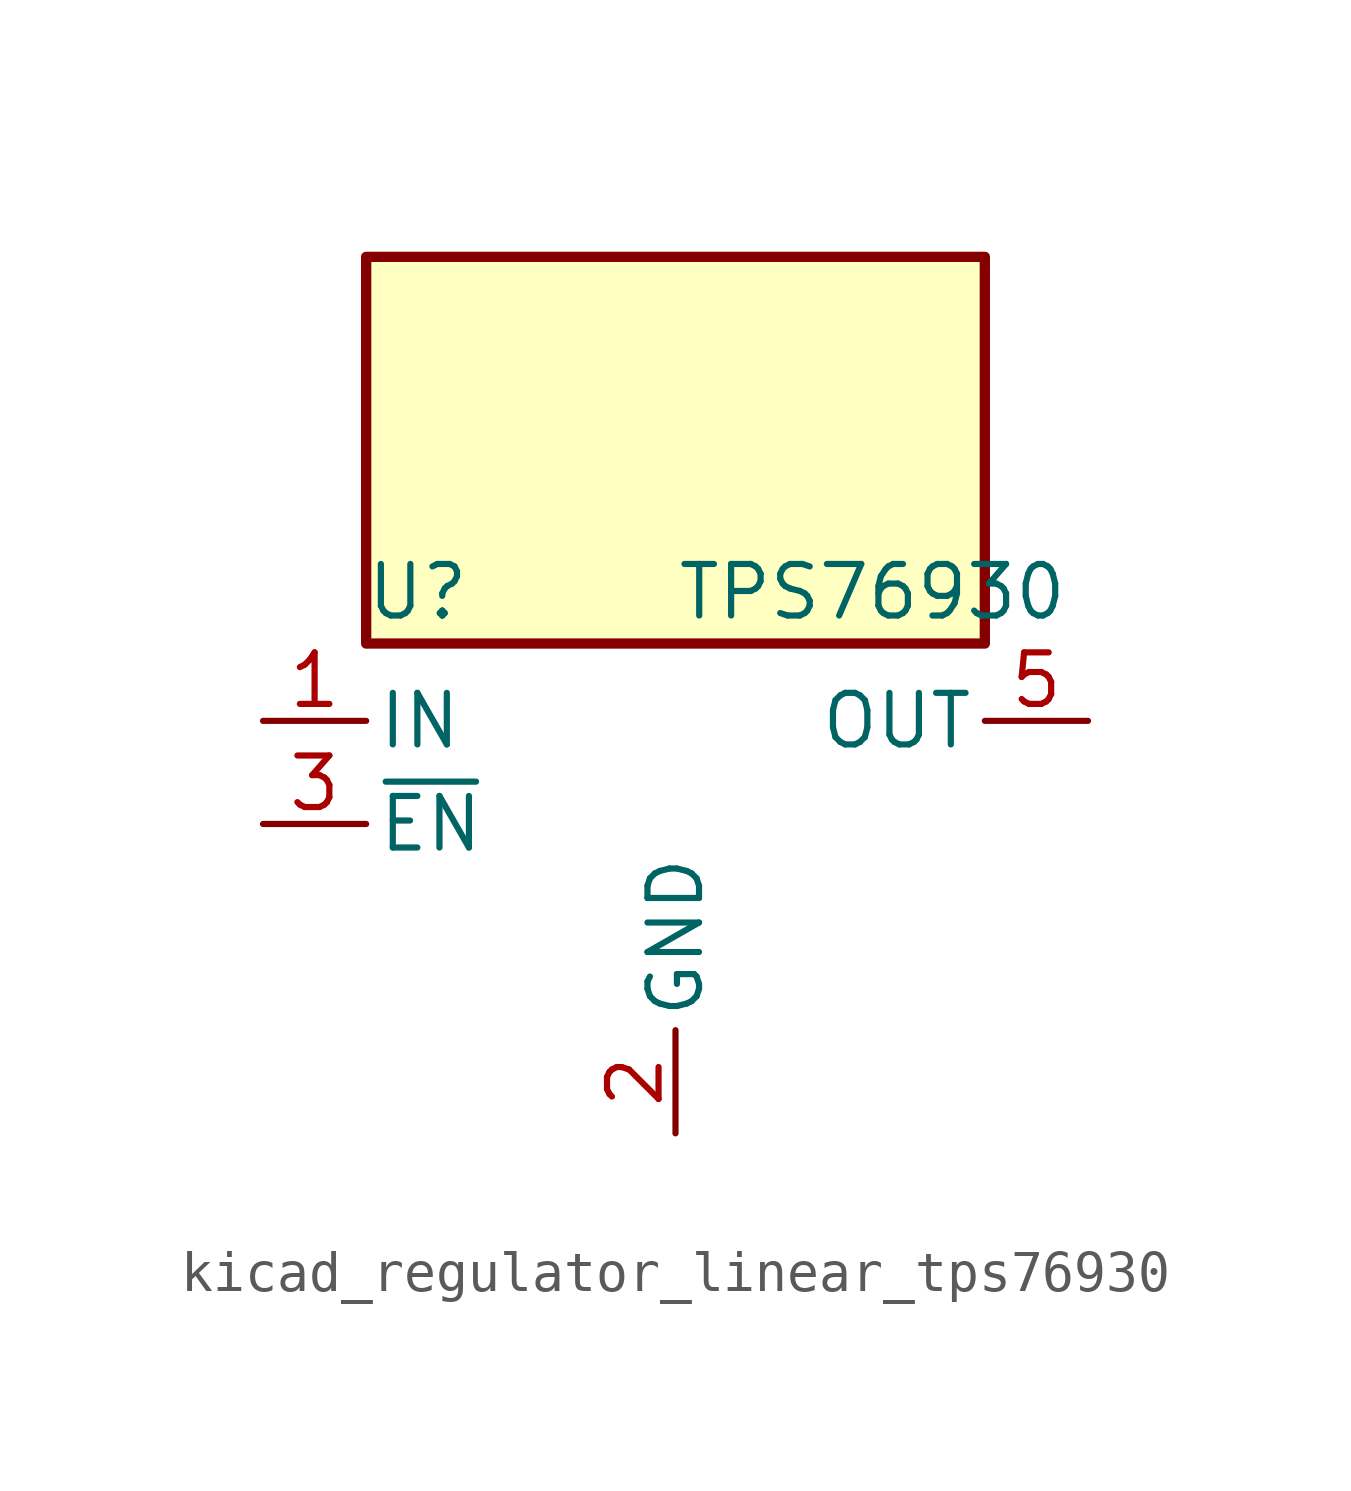
<source format=kicad_sym>
(kicad_symbol_lib
  (version 20220914)
  (generator kicad_symbol_editor)
  (symbol "kicad_regulator_linear_tps76930"
    (pin_names
      (offset 0.254))
    (property "Reference" "U"
      (at -6.35 5.715 0)
      (effects (font (size 1.27 1.27))))
    (property "Value" "TPS76930"
      (at 0 5.715 0)
      (effects (font (size 1.27 1.27)) (justify left)))
    (symbol "kicad_regulator_linear_tps76930_0_1"
      (rectangle (start 7.62 13.97) (end -7.62 4.445) (stroke (width 0.254) (type default)) (fill (type background))))
    (symbol "kicad_regulator_linear_tps76930_1_1"
      (pin power_in line (at -10.16 2.54 0) (length 2.54) (name "IN" (effects (font (size 1.27 1.27)))) (number "1" (effects (font (size 1.27 1.27)))))
      (pin power_in line (at 0 -7.62 90) (length 2.54) (name "GND" (effects (font (size 1.27 1.27)))) (number "2" (effects (font (size 1.27 1.27)))))
      (pin input line (at -10.16 0 0) (length 2.54) (name "~{EN}" (effects (font (size 1.27 1.27)))) (number "3" (effects (font (size 1.27 1.27)))))
      (pin no_connect line (at 7.62 0 180) (length 2.54) hide (name "NC" (effects (font (size 1.27 1.27)))) (number "4" (effects (font (size 1.27 1.27)))))
      (pin power_out line (at 10.16 2.54 180) (length 2.54) (name "OUT" (effects (font (size 1.27 1.27)))) (number "5" (effects (font (size 1.27 1.27))))))))
</source>
